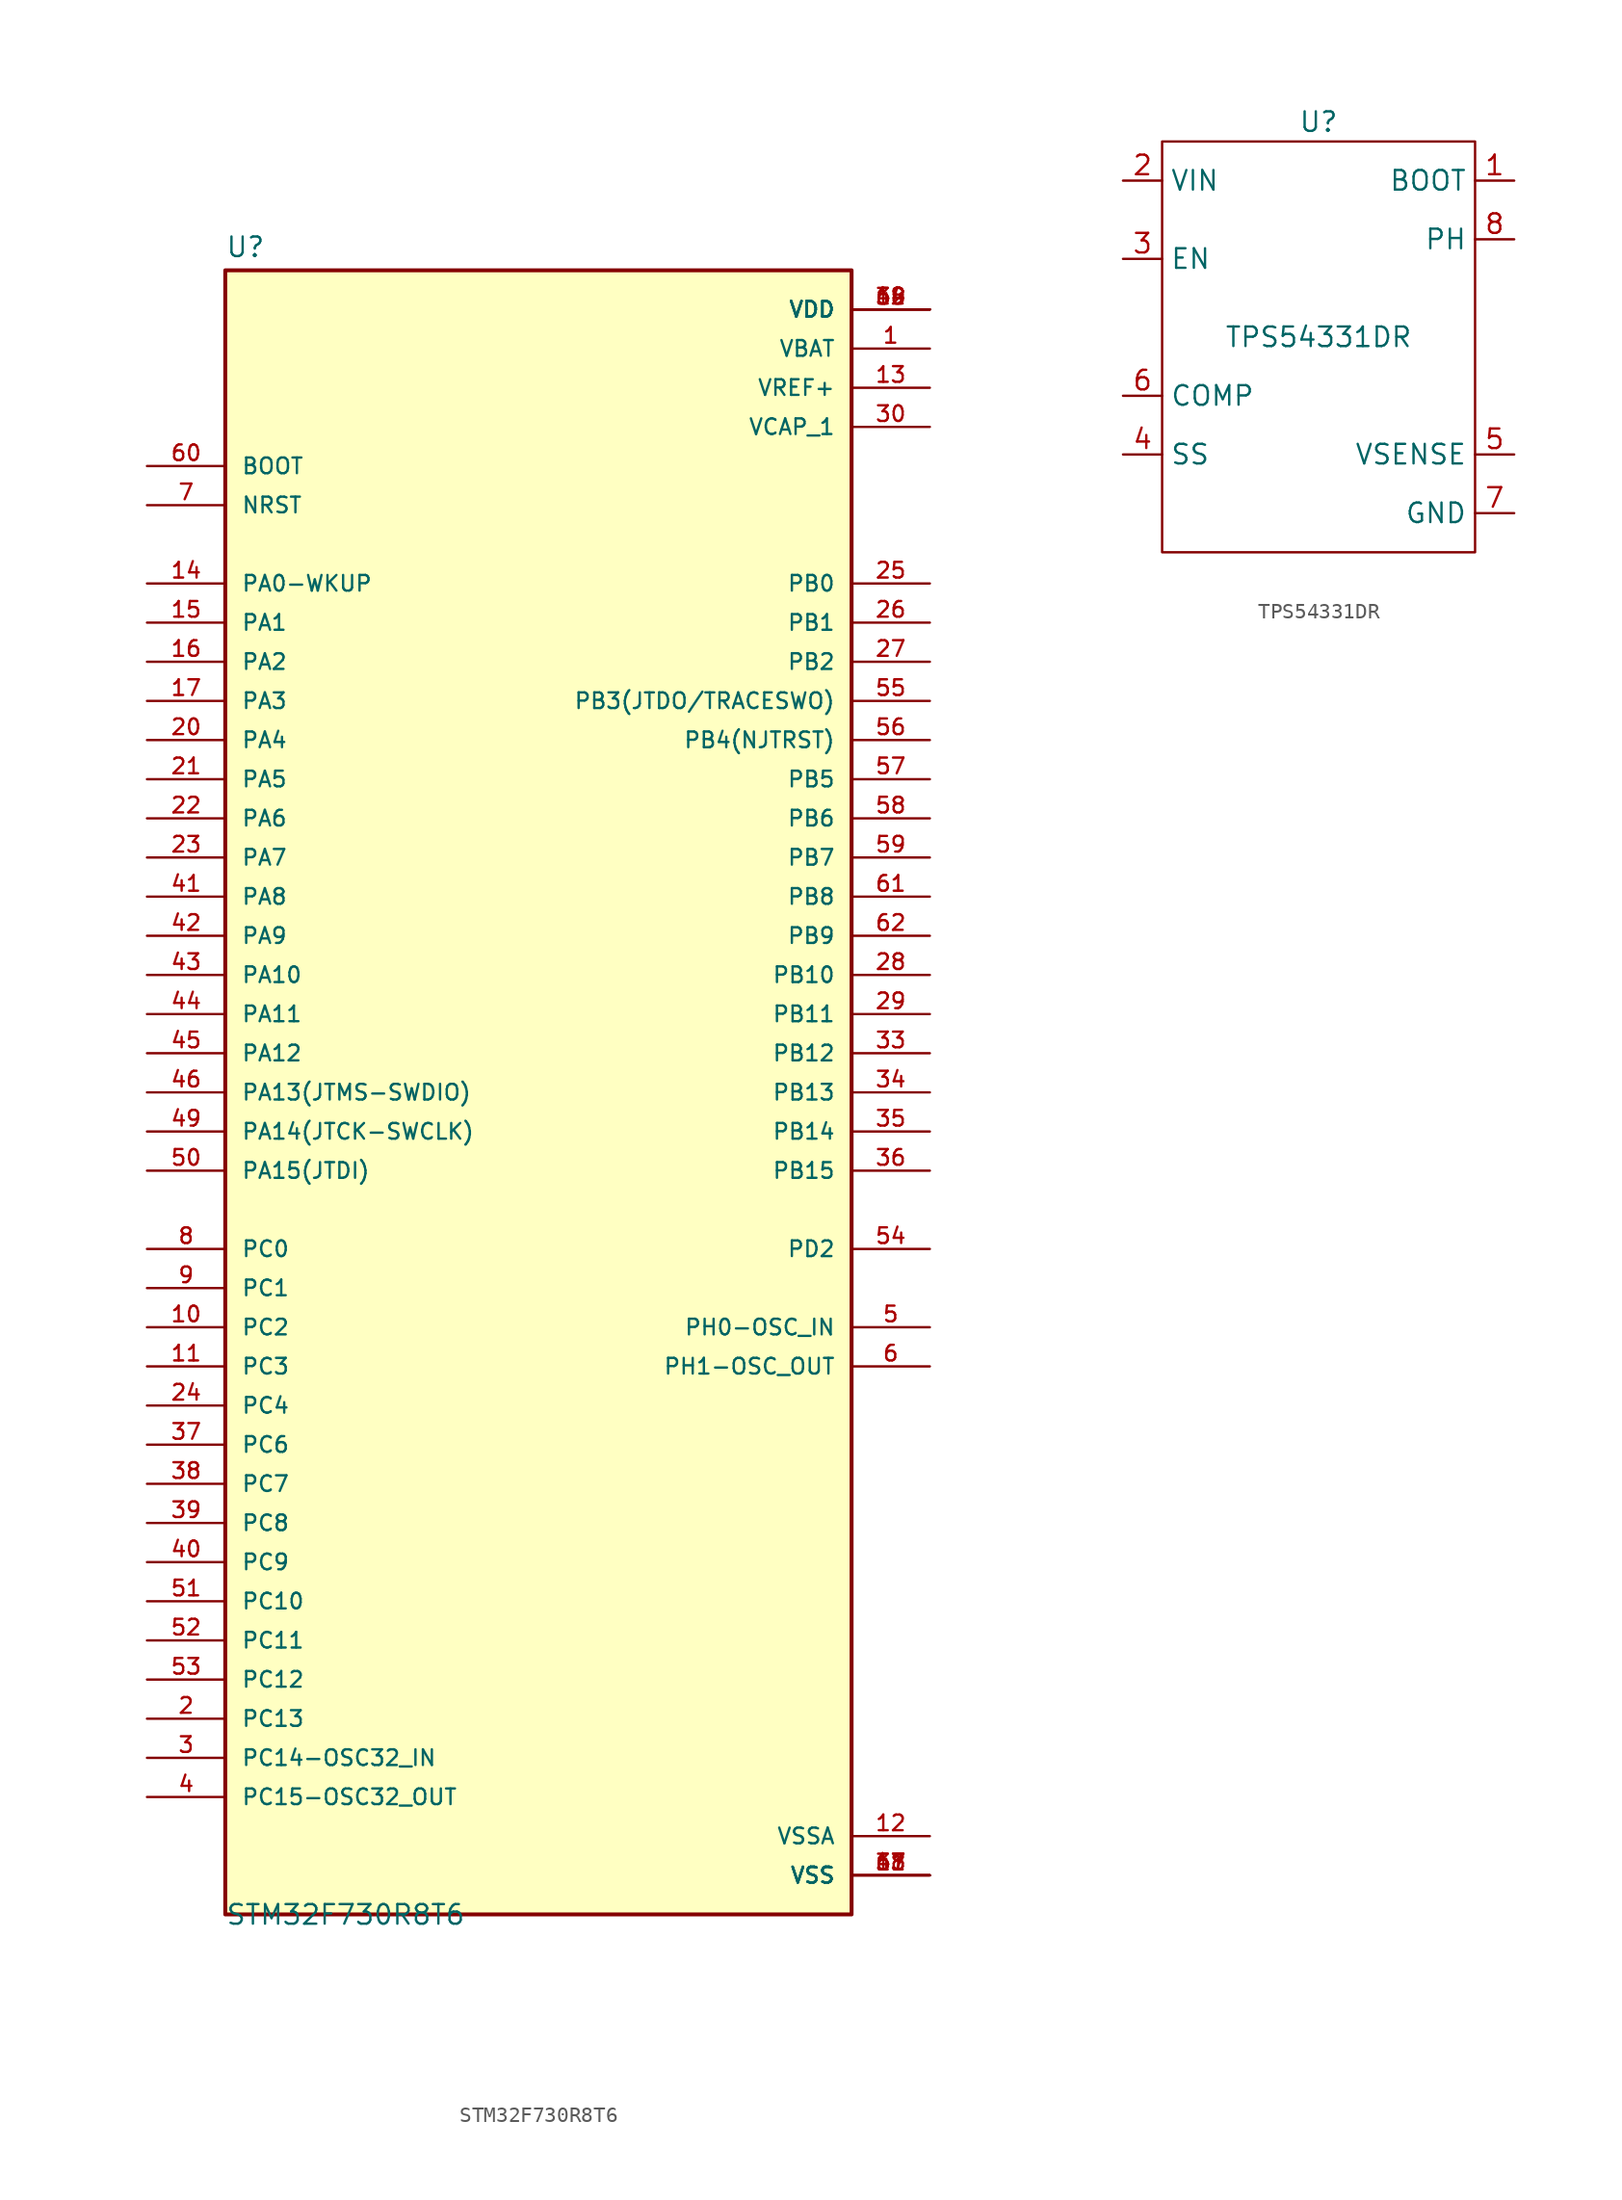
<source format=kicad_sym>
(kicad_symbol_lib
  (version 20211014)
  (generator kicad_symbol_editor)
  (symbol "STM32F730R8T6"
    (pin_names
      (offset 1.016))
    (property "Reference" "U"
      (at -20.32 54.102 0)
      (effects (font (size 1.27 1.27)) (justify left bottom)))
    (property "Value" "STM32F730R8T6"
      (at -20.32 -54.102 0)
      (effects (font (size 1.27 1.27)) (justify left bottom)))
    (property "ki_locked" ""
      (at 0 0 0)
      (effects (font (size 1.27 1.27))))
    (symbol "STM32F730R8T6_0_0"
      (rectangle (start -20.32 -53.34) (end 20.32 53.34) (stroke (width 0.254) (type default) (color 0 0 0 0)) (fill (type background)))
      (pin power_in line (at 25.4 48.26 180) (length 5.08) (name "VBAT" (effects (font (size 1.016 1.016)))) (number "1" (effects (font (size 1.016 1.016)))))
      (pin bidirectional line (at -25.4 -15.24 0) (length 5.08) (name "PC2" (effects (font (size 1.016 1.016)))) (number "10" (effects (font (size 1.016 1.016)))))
      (pin bidirectional line (at -25.4 -17.78 0) (length 5.08) (name "PC3" (effects (font (size 1.016 1.016)))) (number "11" (effects (font (size 1.016 1.016)))))
      (pin power_in line (at 25.4 -48.26 180) (length 5.08) (name "VSSA" (effects (font (size 1.016 1.016)))) (number "12" (effects (font (size 1.016 1.016)))))
      (pin power_in line (at 25.4 45.72 180) (length 5.08) (name "VREF+" (effects (font (size 1.016 1.016)))) (number "13" (effects (font (size 1.016 1.016)))))
      (pin bidirectional line (at -25.4 33.02 0) (length 5.08) (name "PA0-WKUP" (effects (font (size 1.016 1.016)))) (number "14" (effects (font (size 1.016 1.016)))))
      (pin bidirectional line (at -25.4 30.48 0) (length 5.08) (name "PA1" (effects (font (size 1.016 1.016)))) (number "15" (effects (font (size 1.016 1.016)))))
      (pin bidirectional line (at -25.4 27.94 0) (length 5.08) (name "PA2" (effects (font (size 1.016 1.016)))) (number "16" (effects (font (size 1.016 1.016)))))
      (pin bidirectional line (at -25.4 25.4 0) (length 5.08) (name "PA3" (effects (font (size 1.016 1.016)))) (number "17" (effects (font (size 1.016 1.016)))))
      (pin power_in line (at 25.4 -50.8 180) (length 5.08) (name "VSS" (effects (font (size 1.016 1.016)))) (number "18" (effects (font (size 1.016 1.016)))))
      (pin power_in line (at 25.4 50.8 180) (length 5.08) (name "VDD" (effects (font (size 1.016 1.016)))) (number "19" (effects (font (size 1.016 1.016)))))
      (pin bidirectional line (at -25.4 -40.64 0) (length 5.08) (name "PC13" (effects (font (size 1.016 1.016)))) (number "2" (effects (font (size 1.016 1.016)))))
      (pin bidirectional line (at -25.4 22.86 0) (length 5.08) (name "PA4" (effects (font (size 1.016 1.016)))) (number "20" (effects (font (size 1.016 1.016)))))
      (pin bidirectional line (at -25.4 20.32 0) (length 5.08) (name "PA5" (effects (font (size 1.016 1.016)))) (number "21" (effects (font (size 1.016 1.016)))))
      (pin bidirectional line (at -25.4 17.78 0) (length 5.08) (name "PA6" (effects (font (size 1.016 1.016)))) (number "22" (effects (font (size 1.016 1.016)))))
      (pin bidirectional line (at -25.4 15.24 0) (length 5.08) (name "PA7" (effects (font (size 1.016 1.016)))) (number "23" (effects (font (size 1.016 1.016)))))
      (pin bidirectional line (at -25.4 -20.32 0) (length 5.08) (name "PC4" (effects (font (size 1.016 1.016)))) (number "24" (effects (font (size 1.016 1.016)))))
      (pin bidirectional line (at 25.4 33.02 180) (length 5.08) (name "PB0" (effects (font (size 1.016 1.016)))) (number "25" (effects (font (size 1.016 1.016)))))
      (pin bidirectional line (at 25.4 30.48 180) (length 5.08) (name "PB1" (effects (font (size 1.016 1.016)))) (number "26" (effects (font (size 1.016 1.016)))))
      (pin bidirectional line (at 25.4 27.94 180) (length 5.08) (name "PB2" (effects (font (size 1.016 1.016)))) (number "27" (effects (font (size 1.016 1.016)))))
      (pin bidirectional line (at 25.4 7.62 180) (length 5.08) (name "PB10" (effects (font (size 1.016 1.016)))) (number "28" (effects (font (size 1.016 1.016)))))
      (pin bidirectional line (at 25.4 5.08 180) (length 5.08) (name "PB11" (effects (font (size 1.016 1.016)))) (number "29" (effects (font (size 1.016 1.016)))))
      (pin bidirectional line (at -25.4 -43.18 0) (length 5.08) (name "PC14-OSC32_IN" (effects (font (size 1.016 1.016)))) (number "3" (effects (font (size 1.016 1.016)))))
      (pin power_in line (at 25.4 43.18 180) (length 5.08) (name "VCAP_1" (effects (font (size 1.016 1.016)))) (number "30" (effects (font (size 1.016 1.016)))))
      (pin power_in line (at 25.4 -50.8 180) (length 5.08) (name "VSS" (effects (font (size 1.016 1.016)))) (number "31" (effects (font (size 1.016 1.016)))))
      (pin power_in line (at 25.4 50.8 180) (length 5.08) (name "VDD" (effects (font (size 1.016 1.016)))) (number "32" (effects (font (size 1.016 1.016)))))
      (pin bidirectional line (at 25.4 2.54 180) (length 5.08) (name "PB12" (effects (font (size 1.016 1.016)))) (number "33" (effects (font (size 1.016 1.016)))))
      (pin bidirectional line (at 25.4 0 180) (length 5.08) (name "PB13" (effects (font (size 1.016 1.016)))) (number "34" (effects (font (size 1.016 1.016)))))
      (pin bidirectional line (at 25.4 -2.54 180) (length 5.08) (name "PB14" (effects (font (size 1.016 1.016)))) (number "35" (effects (font (size 1.016 1.016)))))
      (pin bidirectional line (at 25.4 -5.08 180) (length 5.08) (name "PB15" (effects (font (size 1.016 1.016)))) (number "36" (effects (font (size 1.016 1.016)))))
      (pin bidirectional line (at -25.4 -22.86 0) (length 5.08) (name "PC6" (effects (font (size 1.016 1.016)))) (number "37" (effects (font (size 1.016 1.016)))))
      (pin bidirectional line (at -25.4 -25.4 0) (length 5.08) (name "PC7" (effects (font (size 1.016 1.016)))) (number "38" (effects (font (size 1.016 1.016)))))
      (pin bidirectional line (at -25.4 -27.94 0) (length 5.08) (name "PC8" (effects (font (size 1.016 1.016)))) (number "39" (effects (font (size 1.016 1.016)))))
      (pin bidirectional line (at -25.4 -45.72 0) (length 5.08) (name "PC15-OSC32_OUT" (effects (font (size 1.016 1.016)))) (number "4" (effects (font (size 1.016 1.016)))))
      (pin bidirectional line (at -25.4 -30.48 0) (length 5.08) (name "PC9" (effects (font (size 1.016 1.016)))) (number "40" (effects (font (size 1.016 1.016)))))
      (pin bidirectional line (at -25.4 12.7 0) (length 5.08) (name "PA8" (effects (font (size 1.016 1.016)))) (number "41" (effects (font (size 1.016 1.016)))))
      (pin bidirectional line (at -25.4 10.16 0) (length 5.08) (name "PA9" (effects (font (size 1.016 1.016)))) (number "42" (effects (font (size 1.016 1.016)))))
      (pin bidirectional line (at -25.4 7.62 0) (length 5.08) (name "PA10" (effects (font (size 1.016 1.016)))) (number "43" (effects (font (size 1.016 1.016)))))
      (pin bidirectional line (at -25.4 5.08 0) (length 5.08) (name "PA11" (effects (font (size 1.016 1.016)))) (number "44" (effects (font (size 1.016 1.016)))))
      (pin bidirectional line (at -25.4 2.54 0) (length 5.08) (name "PA12" (effects (font (size 1.016 1.016)))) (number "45" (effects (font (size 1.016 1.016)))))
      (pin bidirectional line (at -25.4 0 0) (length 5.08) (name "PA13(JTMS-SWDIO)" (effects (font (size 1.016 1.016)))) (number "46" (effects (font (size 1.016 1.016)))))
      (pin power_in line (at 25.4 -50.8 180) (length 5.08) (name "VSS" (effects (font (size 1.016 1.016)))) (number "47" (effects (font (size 1.016 1.016)))))
      (pin power_in line (at 25.4 50.8 180) (length 5.08) (name "VDD" (effects (font (size 1.016 1.016)))) (number "48" (effects (font (size 1.016 1.016)))))
      (pin bidirectional line (at -25.4 -2.54 0) (length 5.08) (name "PA14(JTCK-SWCLK)" (effects (font (size 1.016 1.016)))) (number "49" (effects (font (size 1.016 1.016)))))
      (pin bidirectional line (at 25.4 -15.24 180) (length 5.08) (name "PH0-OSC_IN" (effects (font (size 1.016 1.016)))) (number "5" (effects (font (size 1.016 1.016)))))
      (pin bidirectional line (at -25.4 -5.08 0) (length 5.08) (name "PA15(JTDI)" (effects (font (size 1.016 1.016)))) (number "50" (effects (font (size 1.016 1.016)))))
      (pin bidirectional line (at -25.4 -33.02 0) (length 5.08) (name "PC10" (effects (font (size 1.016 1.016)))) (number "51" (effects (font (size 1.016 1.016)))))
      (pin bidirectional line (at -25.4 -35.56 0) (length 5.08) (name "PC11" (effects (font (size 1.016 1.016)))) (number "52" (effects (font (size 1.016 1.016)))))
      (pin bidirectional line (at -25.4 -38.1 0) (length 5.08) (name "PC12" (effects (font (size 1.016 1.016)))) (number "53" (effects (font (size 1.016 1.016)))))
      (pin bidirectional line (at 25.4 -10.16 180) (length 5.08) (name "PD2" (effects (font (size 1.016 1.016)))) (number "54" (effects (font (size 1.016 1.016)))))
      (pin bidirectional line (at 25.4 25.4 180) (length 5.08) (name "PB3(JTDO/TRACESWO)" (effects (font (size 1.016 1.016)))) (number "55" (effects (font (size 1.016 1.016)))))
      (pin bidirectional line (at 25.4 22.86 180) (length 5.08) (name "PB4(NJTRST)" (effects (font (size 1.016 1.016)))) (number "56" (effects (font (size 1.016 1.016)))))
      (pin bidirectional line (at 25.4 20.32 180) (length 5.08) (name "PB5" (effects (font (size 1.016 1.016)))) (number "57" (effects (font (size 1.016 1.016)))))
      (pin bidirectional line (at 25.4 17.78 180) (length 5.08) (name "PB6" (effects (font (size 1.016 1.016)))) (number "58" (effects (font (size 1.016 1.016)))))
      (pin bidirectional line (at 25.4 15.24 180) (length 5.08) (name "PB7" (effects (font (size 1.016 1.016)))) (number "59" (effects (font (size 1.016 1.016)))))
      (pin bidirectional line (at 25.4 -17.78 180) (length 5.08) (name "PH1-OSC_OUT" (effects (font (size 1.016 1.016)))) (number "6" (effects (font (size 1.016 1.016)))))
      (pin input line (at -25.4 40.64 0) (length 5.08) (name "BOOT" (effects (font (size 1.016 1.016)))) (number "60" (effects (font (size 1.016 1.016)))))
      (pin bidirectional line (at 25.4 12.7 180) (length 5.08) (name "PB8" (effects (font (size 1.016 1.016)))) (number "61" (effects (font (size 1.016 1.016)))))
      (pin bidirectional line (at 25.4 10.16 180) (length 5.08) (name "PB9" (effects (font (size 1.016 1.016)))) (number "62" (effects (font (size 1.016 1.016)))))
      (pin power_in line (at 25.4 -50.8 180) (length 5.08) (name "VSS" (effects (font (size 1.016 1.016)))) (number "63" (effects (font (size 1.016 1.016)))))
      (pin power_in line (at 25.4 50.8 180) (length 5.08) (name "VDD" (effects (font (size 1.016 1.016)))) (number "64" (effects (font (size 1.016 1.016)))))
      (pin bidirectional line (at -25.4 38.1 0) (length 5.08) (name "NRST" (effects (font (size 1.016 1.016)))) (number "7" (effects (font (size 1.016 1.016)))))
      (pin bidirectional line (at -25.4 -10.16 0) (length 5.08) (name "PC0" (effects (font (size 1.016 1.016)))) (number "8" (effects (font (size 1.016 1.016)))))
      (pin bidirectional line (at -25.4 -12.7 0) (length 5.08) (name "PC1" (effects (font (size 1.016 1.016)))) (number "9" (effects (font (size 1.016 1.016)))))))
  (symbol "TPS54331DR"
    (property "Reference" "U"
      (at 0 27.94 0)
      (effects (font (size 1.27 1.27))))
    (property "Value" "TPS54331DR"
      (at 0 13.97 0)
      (effects (font (size 1.27 1.27))))
    (symbol "TPS54331DR_0_1"
      (rectangle (start -10.16 26.67) (end 10.16 0) (stroke (width 0) (type default) (color 0 0 0 0)) (fill (type none))))
    (symbol "TPS54331DR_1_1"
      (pin output line (at 12.7 24.13 180) (length 2.54) (name "BOOT" (effects (font (size 1.27 1.27)))) (number "1" (effects (font (size 1.27 1.27)))))
      (pin input line (at -12.7 24.13 0) (length 2.54) (name "VIN" (effects (font (size 1.27 1.27)))) (number "2" (effects (font (size 1.27 1.27)))))
      (pin input line (at -12.7 19.05 0) (length 2.54) (name "EN" (effects (font (size 1.27 1.27)))) (number "3" (effects (font (size 1.27 1.27)))))
      (pin input line (at -12.7 6.35 0) (length 2.54) (name "SS" (effects (font (size 1.27 1.27)))) (number "4" (effects (font (size 1.27 1.27)))))
      (pin input line (at 12.7 6.35 180) (length 2.54) (name "VSENSE" (effects (font (size 1.27 1.27)))) (number "5" (effects (font (size 1.27 1.27)))))
      (pin input line (at -12.7 10.16 0) (length 2.54) (name "COMP" (effects (font (size 1.27 1.27)))) (number "6" (effects (font (size 1.27 1.27)))))
      (pin passive line (at 12.7 2.54 180) (length 2.54) (name "GND" (effects (font (size 1.27 1.27)))) (number "7" (effects (font (size 1.27 1.27)))))
      (pin output line (at 12.7 20.32 180) (length 2.54) (name "PH" (effects (font (size 1.27 1.27)))) (number "8" (effects (font (size 1.27 1.27))))))))
</source>
